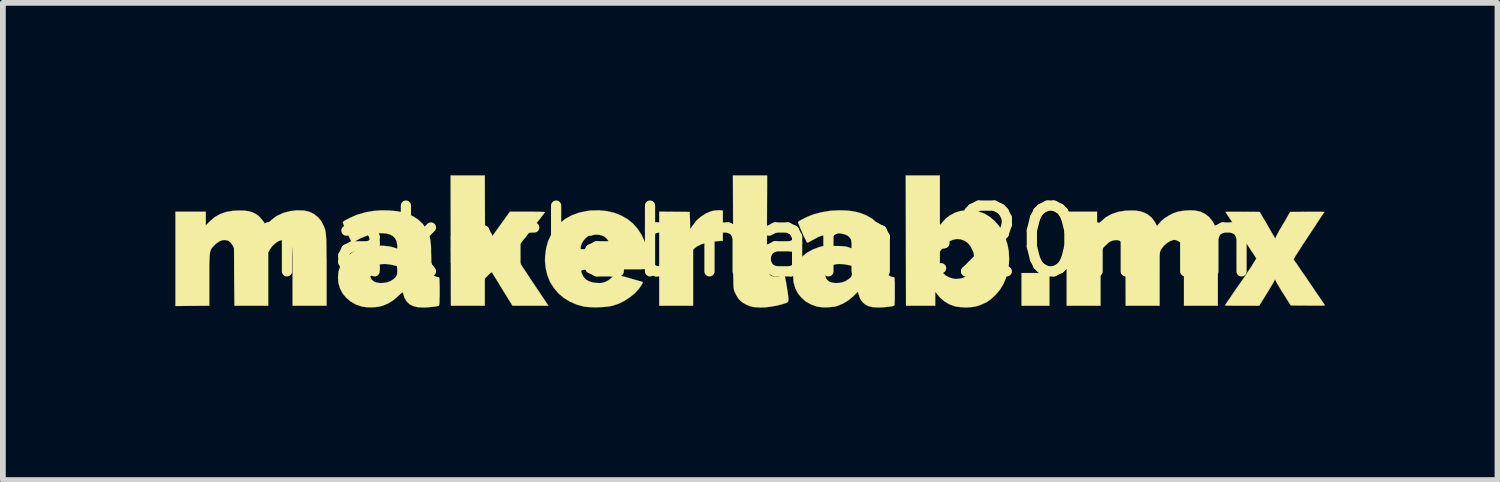
<source format=kicad_pcb>
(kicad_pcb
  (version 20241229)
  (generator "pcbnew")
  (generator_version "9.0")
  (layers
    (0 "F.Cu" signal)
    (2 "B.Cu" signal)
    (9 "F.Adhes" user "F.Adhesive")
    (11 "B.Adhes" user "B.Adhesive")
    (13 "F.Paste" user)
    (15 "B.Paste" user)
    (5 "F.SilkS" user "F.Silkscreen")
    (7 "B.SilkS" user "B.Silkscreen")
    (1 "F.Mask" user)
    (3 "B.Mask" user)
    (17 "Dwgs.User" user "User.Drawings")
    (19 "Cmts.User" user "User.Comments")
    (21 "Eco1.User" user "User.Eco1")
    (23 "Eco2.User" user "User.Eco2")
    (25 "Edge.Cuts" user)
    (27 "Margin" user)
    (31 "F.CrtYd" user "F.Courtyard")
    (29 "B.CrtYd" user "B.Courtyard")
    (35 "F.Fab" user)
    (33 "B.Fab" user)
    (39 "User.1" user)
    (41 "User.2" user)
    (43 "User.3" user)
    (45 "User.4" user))
  (footprint "makerlabname20mm"
    (layer "F.Cu")
    (at 9.996 1.149)
    (property "Reference" "makerlabname20mm" (at 0 0 0) (layer "F.SilkS") (effects (font (size 1.143 1.143) (thickness 0.178))))
    (attr through_hole)
    (fp_poly (pts (xy 5.204 1.118) (xy 4.961 1.118) (xy 4.719 1.118) (xy 4.719 0.833) (xy 4.719 0.549) (xy 4.961 0.549) (xy 5.204 0.549) (xy 5.204 0.833) (xy 5.204 1.118)) (stroke (width 0.003) (type solid)) (fill yes) (layer "F.SilkS"))
    (fp_poly (pts (xy -0.475 -0.013) (xy -0.572 -0.005) (xy -0.678 0.005) (xy -0.775 0.025) (xy -0.859 0.053) (xy -0.925 0.086) (xy -0.965 0.117) (xy -0.993 0.145) (xy -0.993 0.63) (xy -0.993 1.118) (xy -1.288 1.118) (xy -1.582 1.118) (xy -1.582 0.3) (xy -1.582 -0.518) (xy -1.316 -0.516) (xy -1.052 -0.513) (xy -1.046 -0.363) (xy -1.044 -0.213) (xy -0.998 -0.279) (xy -0.932 -0.366) (xy -0.853 -0.434) (xy -0.767 -0.488) (xy -0.676 -0.526) (xy -0.615 -0.538) (xy -0.572 -0.541) (xy -0.533 -0.544) (xy -0.508 -0.541) (xy -0.475 -0.536) (xy -0.475 -0.274) (xy -0.475 -0.013)) (stroke (width 0.003) (type solid)) (fill yes) (layer "F.SilkS"))
    (fp_poly (pts (xy -3.508 1.118) (xy -3.82 1.118) (xy -4.133 1.118) (xy -4.308 0.836) (xy -4.351 0.765) (xy -4.389 0.701) (xy -4.425 0.645) (xy -4.453 0.599) (xy -4.473 0.564) (xy -4.486 0.544) (xy -4.488 0.541) (xy -4.498 0.536) (xy -4.514 0.546) (xy -4.542 0.572) (xy -4.557 0.587) (xy -4.615 0.648) (xy -4.615 0.881) (xy -4.615 1.118) (xy -4.91 1.118) (xy -5.204 1.118) (xy -5.207 -0.015) (xy -5.21 -1.148) (xy -4.912 -1.148) (xy -4.615 -1.148) (xy -4.613 -0.533) (xy -4.61 0.081) (xy -4.394 -0.218) (xy -4.178 -0.518) (xy -3.873 -0.518) (xy -3.797 -0.518) (xy -3.729 -0.516) (xy -3.668 -0.516) (xy -3.619 -0.513) (xy -3.586 -0.513) (xy -3.571 -0.511) (xy -3.569 -0.511) (xy -3.576 -0.5) (xy -3.594 -0.475) (xy -3.622 -0.439) (xy -3.658 -0.391) (xy -3.703 -0.335) (xy -3.754 -0.269) (xy -3.81 -0.198) (xy -3.84 -0.16) (xy -3.896 -0.086) (xy -3.952 -0.018) (xy -4 0.043) (xy -4.041 0.097) (xy -4.074 0.14) (xy -4.1 0.173) (xy -4.112 0.191) (xy -4.115 0.193) (xy -4.11 0.203) (xy -4.094 0.231) (xy -4.069 0.269) (xy -4.036 0.323) (xy -3.995 0.386) (xy -3.95 0.457) (xy -3.896 0.536) (xy -3.84 0.622) (xy -3.815 0.66) (xy -3.508 1.118)) (stroke (width 0.003) (type solid)) (fill yes) (layer "F.SilkS"))
    (fp_poly (pts (xy 0.665 1.021) (xy 0.66 1.041) (xy 0.648 1.057) (xy 0.63 1.069) (xy 0.602 1.077) (xy 0.564 1.09) (xy 0.556 1.092) (xy 0.465 1.115) (xy 0.366 1.133) (xy 0.264 1.146) (xy 0.168 1.148) (xy 0.084 1.143) (xy 0.043 1.138) (xy -0.01 1.123) (xy -0.071 1.097) (xy -0.124 1.067) (xy -0.15 1.049) (xy -0.198 1.003) (xy -0.239 0.94) (xy -0.272 0.871) (xy -0.277 0.861) (xy -0.279 0.851) (xy -0.282 0.838) (xy -0.284 0.826) (xy -0.287 0.808) (xy -0.29 0.782) (xy -0.29 0.754) (xy -0.292 0.716) (xy -0.292 0.668) (xy -0.295 0.612) (xy -0.295 0.541) (xy -0.295 0.46) (xy -0.297 0.363) (xy -0.297 0.249) (xy -0.297 0.122) (xy -0.297 -0.028) (xy -0.297 -0.168) (xy -0.3 -1.148) (xy -0.003 -1.148) (xy 0.295 -1.148) (xy 0.292 -0.34) (xy 0.292 -0.163) (xy 0.292 -0.008) (xy 0.292 0.13) (xy 0.292 0.244) (xy 0.292 0.338) (xy 0.295 0.411) (xy 0.297 0.465) (xy 0.3 0.498) (xy 0.3 0.508) (xy 0.323 0.559) (xy 0.358 0.594) (xy 0.404 0.612) (xy 0.462 0.615) (xy 0.511 0.605) (xy 0.546 0.594) (xy 0.574 0.589) (xy 0.589 0.587) (xy 0.594 0.589) (xy 0.602 0.602) (xy 0.607 0.627) (xy 0.615 0.665) (xy 0.625 0.719) (xy 0.638 0.792) (xy 0.64 0.81) (xy 0.653 0.886) (xy 0.66 0.945) (xy 0.665 0.988) (xy 0.665 1.021)) (stroke (width 0.003) (type solid)) (fill yes) (layer "F.SilkS"))
    (fp_poly (pts (xy 4.503 0.312) (xy 4.498 0.406) (xy 4.481 0.528) (xy 4.445 0.645) (xy 4.399 0.749) (xy 4.346 0.836) (xy 4.277 0.919) (xy 4.201 0.991) (xy 4.117 1.052) (xy 4.077 1.072) (xy 4.026 1.095) (xy 3.973 1.115) (xy 3.924 1.13) (xy 3.914 1.133) (xy 3.896 1.135) (xy 3.896 0.315) (xy 3.894 0.267) (xy 3.891 0.229) (xy 3.886 0.201) (xy 3.876 0.173) (xy 3.863 0.145) (xy 3.833 0.086) (xy 3.8 0.043) (xy 3.764 0.01) (xy 3.726 -0.013) (xy 3.66 -0.038) (xy 3.592 -0.043) (xy 3.526 -0.03) (xy 3.459 0) (xy 3.399 0.048) (xy 3.345 0.112) (xy 3.34 0.117) (xy 3.299 0.178) (xy 3.299 0.335) (xy 3.299 0.493) (xy 3.343 0.541) (xy 3.399 0.592) (xy 3.465 0.627) (xy 3.533 0.648) (xy 3.574 0.653) (xy 3.619 0.65) (xy 3.668 0.643) (xy 3.691 0.638) (xy 3.749 0.61) (xy 3.802 0.566) (xy 3.848 0.511) (xy 3.866 0.478) (xy 3.881 0.447) (xy 3.889 0.422) (xy 3.894 0.391) (xy 3.896 0.351) (xy 3.896 0.315) (xy 3.896 1.135) (xy 3.835 1.143) (xy 3.749 1.148) (xy 3.663 1.143) (xy 3.584 1.133) (xy 3.561 1.128) (xy 3.462 1.092) (xy 3.373 1.039) (xy 3.294 0.968) (xy 3.246 0.909) (xy 3.218 0.874) (xy 3.218 0.996) (xy 3.218 1.118) (xy 2.964 1.118) (xy 2.71 1.118) (xy 2.708 -0.015) (xy 2.705 -1.148) (xy 3.002 -1.148) (xy 3.299 -1.148) (xy 3.299 -0.711) (xy 3.299 -0.277) (xy 3.343 -0.333) (xy 3.404 -0.401) (xy 3.48 -0.457) (xy 3.569 -0.503) (xy 3.65 -0.528) (xy 3.703 -0.536) (xy 3.767 -0.538) (xy 3.835 -0.538) (xy 3.901 -0.533) (xy 3.957 -0.526) (xy 3.967 -0.523) (xy 4.072 -0.485) (xy 4.166 -0.429) (xy 4.249 -0.358) (xy 4.326 -0.272) (xy 4.387 -0.173) (xy 4.437 -0.064) (xy 4.475 0.056) (xy 4.498 0.18) (xy 4.503 0.312)) (stroke (width 0.003) (type solid)) (fill yes) (layer "F.SilkS"))
    (fp_poly (pts (xy -7.366 1.118) (xy -7.661 1.118) (xy -7.958 1.118) (xy -7.958 0.622) (xy -7.958 0.49) (xy -7.958 0.376) (xy -7.958 0.284) (xy -7.96 0.208) (xy -7.963 0.152) (xy -7.965 0.114) (xy -7.968 0.094) (xy -7.968 0.091) (xy -7.993 0.046) (xy -8.029 0.008) (xy -8.075 -0.018) (xy -8.12 -0.028) (xy -8.146 -0.025) (xy -8.204 -0.005) (xy -8.26 0.033) (xy -8.311 0.081) (xy -8.352 0.137) (xy -8.357 0.147) (xy -8.382 0.196) (xy -8.382 0.655) (xy -8.382 1.118) (xy -8.674 1.118) (xy -8.969 1.118) (xy -8.974 0.617) (xy -8.976 0.119) (xy -8.999 0.069) (xy -9.035 0.02) (xy -9.075 -0.013) (xy -9.126 -0.025) (xy -9.18 -0.023) (xy -9.235 0) (xy -9.291 0.041) (xy -9.304 0.053) (xy -9.327 0.076) (xy -9.347 0.097) (xy -9.362 0.114) (xy -9.375 0.135) (xy -9.385 0.16) (xy -9.393 0.188) (xy -9.398 0.226) (xy -9.401 0.272) (xy -9.403 0.328) (xy -9.406 0.399) (xy -9.406 0.485) (xy -9.406 0.589) (xy -9.406 0.66) (xy -9.406 1.118) (xy -9.7 1.12) (xy -9.995 1.123) (xy -9.995 0.302) (xy -9.995 -0.518) (xy -9.731 -0.518) (xy -9.467 -0.518) (xy -9.467 -0.399) (xy -9.467 -0.279) (xy -9.395 -0.351) (xy -9.314 -0.422) (xy -9.22 -0.475) (xy -9.114 -0.513) (xy -8.994 -0.533) (xy -8.882 -0.538) (xy -8.796 -0.536) (xy -8.722 -0.526) (xy -8.659 -0.508) (xy -8.6 -0.48) (xy -8.57 -0.46) (xy -8.539 -0.434) (xy -8.509 -0.401) (xy -8.479 -0.366) (xy -8.453 -0.33) (xy -8.438 -0.3) (xy -8.433 -0.284) (xy -8.428 -0.272) (xy -8.423 -0.269) (xy -8.412 -0.277) (xy -8.412 -0.279) (xy -8.405 -0.295) (xy -8.385 -0.318) (xy -8.354 -0.348) (xy -8.319 -0.378) (xy -8.28 -0.409) (xy -8.247 -0.434) (xy -8.225 -0.447) (xy -8.115 -0.498) (xy -7.998 -0.528) (xy -7.877 -0.541) (xy -7.762 -0.538) (xy -7.671 -0.518) (xy -7.59 -0.48) (xy -7.518 -0.424) (xy -7.46 -0.356) (xy -7.435 -0.307) (xy -7.422 -0.279) (xy -7.409 -0.254) (xy -7.399 -0.226) (xy -7.391 -0.198) (xy -7.384 -0.165) (xy -7.379 -0.124) (xy -7.376 -0.079) (xy -7.371 -0.025) (xy -7.371 0.041) (xy -7.369 0.122) (xy -7.369 0.213) (xy -7.366 0.325) (xy -7.366 0.452) (xy -7.366 0.523) (xy -7.366 1.118)) (stroke (width 0.003) (type solid)) (fill yes) (layer "F.SilkS"))
    (fp_poly (pts (xy 9.995 1.11) (xy 9.985 1.113) (xy 9.957 1.115) (xy 9.914 1.115) (xy 9.858 1.115) (xy 9.789 1.115) (xy 9.716 1.115) (xy 9.698 1.115) (xy 9.401 1.113) (xy 9.284 0.927) (xy 9.246 0.869) (xy 9.213 0.813) (xy 9.185 0.765) (xy 9.162 0.726) (xy 9.149 0.704) (xy 9.147 0.699) (xy 9.129 0.658) (xy 9.103 0.706) (xy 9.091 0.729) (xy 9.068 0.767) (xy 9.04 0.813) (xy 9.007 0.869) (xy 8.971 0.927) (xy 8.966 0.935) (xy 8.852 1.118) (xy 8.555 1.118) (xy 8.479 1.118) (xy 8.41 1.118) (xy 8.349 1.115) (xy 8.303 1.115) (xy 8.27 1.115) (xy 8.258 1.113) (xy 8.263 1.105) (xy 8.278 1.079) (xy 8.303 1.041) (xy 8.339 0.991) (xy 8.379 0.93) (xy 8.425 0.861) (xy 8.479 0.785) (xy 8.532 0.709) (xy 8.603 0.607) (xy 8.661 0.518) (xy 8.712 0.442) (xy 8.75 0.381) (xy 8.778 0.335) (xy 8.796 0.307) (xy 8.801 0.292) (xy 8.793 0.282) (xy 8.776 0.254) (xy 8.75 0.213) (xy 8.715 0.163) (xy 8.674 0.099) (xy 8.626 0.028) (xy 8.575 -0.048) (xy 8.532 -0.114) (xy 8.476 -0.196) (xy 8.425 -0.272) (xy 8.382 -0.338) (xy 8.341 -0.399) (xy 8.308 -0.447) (xy 8.285 -0.483) (xy 8.27 -0.505) (xy 8.268 -0.513) (xy 8.278 -0.513) (xy 8.306 -0.516) (xy 8.349 -0.516) (xy 8.405 -0.516) (xy 8.471 -0.516) (xy 8.547 -0.516) (xy 8.565 -0.516) (xy 8.862 -0.513) (xy 8.91 -0.429) (xy 8.933 -0.391) (xy 8.964 -0.34) (xy 8.997 -0.282) (xy 9.032 -0.221) (xy 9.045 -0.198) (xy 9.131 -0.051) (xy 9.147 -0.089) (xy 9.159 -0.112) (xy 9.177 -0.145) (xy 9.202 -0.193) (xy 9.235 -0.246) (xy 9.268 -0.305) (xy 9.279 -0.32) (xy 9.39 -0.513) (xy 9.688 -0.516) (xy 9.764 -0.516) (xy 9.832 -0.516) (xy 9.891 -0.516) (xy 9.939 -0.516) (xy 9.97 -0.513) (xy 9.985 -0.513) (xy 9.98 -0.503) (xy 9.962 -0.478) (xy 9.936 -0.439) (xy 9.903 -0.389) (xy 9.863 -0.328) (xy 9.817 -0.257) (xy 9.766 -0.18) (xy 9.716 -0.104) (xy 9.655 -0.013) (xy 9.601 0.069) (xy 9.555 0.142) (xy 9.515 0.203) (xy 9.484 0.251) (xy 9.464 0.287) (xy 9.454 0.307) (xy 9.454 0.312) (xy 9.459 0.325) (xy 9.477 0.351) (xy 9.505 0.389) (xy 9.54 0.442) (xy 9.581 0.503) (xy 9.629 0.572) (xy 9.682 0.648) (xy 9.728 0.716) (xy 9.782 0.795) (xy 9.832 0.871) (xy 9.878 0.937) (xy 9.919 0.996) (xy 9.952 1.046) (xy 9.977 1.082) (xy 9.99 1.105) (xy 9.995 1.11)) (stroke (width 0.003) (type solid)) (fill yes) (layer "F.SilkS"))
    (fp_poly (pts (xy -1.786 0.315) (xy -1.786 0.371) (xy -1.788 0.417) (xy -1.791 0.452) (xy -1.793 0.472) (xy -1.793 0.475) (xy -1.801 0.478) (xy -1.819 0.48) (xy -1.852 0.48) (xy -1.895 0.483) (xy -1.956 0.485) (xy -2.032 0.485) (xy -2.123 0.485) (xy -2.235 0.485) (xy -2.367 0.485) (xy -2.37 0.485) (xy -2.421 0.485) (xy -2.421 0.135) (xy -2.421 0.107) (xy -2.428 0.071) (xy -2.446 0.028) (xy -2.469 -0.015) (xy -2.492 -0.046) (xy -2.535 -0.084) (xy -2.583 -0.107) (xy -2.642 -0.117) (xy -2.685 -0.119) (xy -2.733 -0.117) (xy -2.771 -0.112) (xy -2.799 -0.102) (xy -2.812 -0.097) (xy -2.855 -0.064) (xy -2.896 -0.02) (xy -2.926 0.028) (xy -2.946 0.079) (xy -2.949 0.107) (xy -2.949 0.135) (xy -2.685 0.135) (xy -2.421 0.135) (xy -2.421 0.485) (xy -2.494 0.485) (xy -2.601 0.485) (xy -2.687 0.485) (xy -2.761 0.488) (xy -2.817 0.488) (xy -2.86 0.49) (xy -2.893 0.493) (xy -2.916 0.498) (xy -2.931 0.503) (xy -2.939 0.508) (xy -2.939 0.518) (xy -2.936 0.528) (xy -2.934 0.541) (xy -2.929 0.556) (xy -2.926 0.559) (xy -2.898 0.617) (xy -2.855 0.663) (xy -2.797 0.696) (xy -2.723 0.716) (xy -2.67 0.721) (xy -2.619 0.724) (xy -2.581 0.721) (xy -2.545 0.711) (xy -2.52 0.704) (xy -2.479 0.683) (xy -2.438 0.655) (xy -2.403 0.625) (xy -2.377 0.597) (xy -2.367 0.579) (xy -2.362 0.574) (xy -2.352 0.574) (xy -2.332 0.577) (xy -2.299 0.584) (xy -2.253 0.597) (xy -2.192 0.612) (xy -2.113 0.635) (xy -1.864 0.706) (xy -1.877 0.734) (xy -1.93 0.818) (xy -2.002 0.897) (xy -2.088 0.968) (xy -2.184 1.031) (xy -2.286 1.082) (xy -2.395 1.118) (xy -2.454 1.13) (xy -2.525 1.138) (xy -2.606 1.143) (xy -2.692 1.146) (xy -2.771 1.143) (xy -2.845 1.138) (xy -2.891 1.133) (xy -3.018 1.097) (xy -3.137 1.046) (xy -3.244 0.98) (xy -3.335 0.902) (xy -3.414 0.808) (xy -3.48 0.704) (xy -3.526 0.589) (xy -3.556 0.465) (xy -3.569 0.335) (xy -3.566 0.259) (xy -3.548 0.119) (xy -3.513 -0.008) (xy -3.459 -0.122) (xy -3.391 -0.226) (xy -3.31 -0.318) (xy -3.213 -0.394) (xy -3.101 -0.455) (xy -2.979 -0.5) (xy -2.845 -0.528) (xy -2.776 -0.538) (xy -2.629 -0.541) (xy -2.492 -0.528) (xy -2.362 -0.498) (xy -2.243 -0.45) (xy -2.134 -0.389) (xy -2.037 -0.31) (xy -1.956 -0.218) (xy -1.887 -0.112) (xy -1.834 0.005) (xy -1.808 0.084) (xy -1.798 0.124) (xy -1.791 0.165) (xy -1.788 0.208) (xy -1.786 0.264) (xy -1.786 0.315)) (stroke (width 0.003) (type solid)) (fill yes) (layer "F.SilkS"))
    (fp_poly (pts (xy 8.133 1.118) (xy 7.838 1.118) (xy 7.544 1.118) (xy 7.544 0.622) (xy 7.541 0.49) (xy 7.541 0.376) (xy 7.541 0.284) (xy 7.539 0.208) (xy 7.536 0.152) (xy 7.534 0.114) (xy 7.531 0.094) (xy 7.531 0.091) (xy 7.506 0.046) (xy 7.47 0.008) (xy 7.424 -0.018) (xy 7.379 -0.028) (xy 7.353 -0.025) (xy 7.3 -0.005) (xy 7.244 0.03) (xy 7.193 0.076) (xy 7.15 0.132) (xy 7.14 0.15) (xy 7.135 0.16) (xy 7.13 0.17) (xy 7.127 0.185) (xy 7.125 0.203) (xy 7.122 0.229) (xy 7.12 0.262) (xy 7.12 0.305) (xy 7.12 0.361) (xy 7.12 0.432) (xy 7.12 0.521) (xy 7.12 0.625) (xy 7.12 0.653) (xy 7.12 1.118) (xy 6.825 1.118) (xy 6.53 1.118) (xy 6.528 0.617) (xy 6.525 0.503) (xy 6.525 0.409) (xy 6.525 0.33) (xy 6.523 0.264) (xy 6.523 0.216) (xy 6.52 0.175) (xy 6.52 0.145) (xy 6.518 0.124) (xy 6.513 0.107) (xy 6.51 0.094) (xy 6.505 0.081) (xy 6.5 0.071) (xy 6.5 0.069) (xy 6.467 0.018) (xy 6.426 -0.013) (xy 6.378 -0.025) (xy 6.32 -0.02) (xy 6.304 -0.015) (xy 6.264 0) (xy 6.228 0.023) (xy 6.193 0.056) (xy 6.17 0.079) (xy 6.152 0.097) (xy 6.137 0.114) (xy 6.124 0.135) (xy 6.114 0.157) (xy 6.106 0.185) (xy 6.101 0.221) (xy 6.099 0.264) (xy 6.096 0.32) (xy 6.093 0.389) (xy 6.093 0.472) (xy 6.093 0.572) (xy 6.093 0.655) (xy 6.093 1.118) (xy 5.799 1.118) (xy 5.504 1.118) (xy 5.504 0.3) (xy 5.504 -0.518) (xy 5.768 -0.518) (xy 6.032 -0.518) (xy 6.032 -0.399) (xy 6.032 -0.279) (xy 6.104 -0.351) (xy 6.187 -0.422) (xy 6.284 -0.475) (xy 6.393 -0.513) (xy 6.513 -0.533) (xy 6.612 -0.538) (xy 6.708 -0.536) (xy 6.787 -0.523) (xy 6.855 -0.5) (xy 6.916 -0.467) (xy 6.972 -0.422) (xy 6.98 -0.414) (xy 7.01 -0.378) (xy 7.036 -0.34) (xy 7.048 -0.32) (xy 7.061 -0.292) (xy 7.074 -0.274) (xy 7.076 -0.269) (xy 7.084 -0.277) (xy 7.099 -0.297) (xy 7.107 -0.307) (xy 7.15 -0.356) (xy 7.209 -0.406) (xy 7.28 -0.45) (xy 7.353 -0.488) (xy 7.422 -0.513) (xy 7.493 -0.528) (xy 7.572 -0.538) (xy 7.656 -0.541) (xy 7.732 -0.538) (xy 7.737 -0.538) (xy 7.828 -0.518) (xy 7.91 -0.48) (xy 7.981 -0.424) (xy 8.039 -0.353) (xy 8.065 -0.307) (xy 8.077 -0.279) (xy 8.09 -0.254) (xy 8.1 -0.226) (xy 8.108 -0.198) (xy 8.113 -0.165) (xy 8.118 -0.124) (xy 8.123 -0.079) (xy 8.125 -0.023) (xy 8.128 0.043) (xy 8.131 0.124) (xy 8.131 0.218) (xy 8.131 0.33) (xy 8.133 0.46) (xy 8.133 0.526) (xy 8.133 1.118)) (stroke (width 0.003) (type solid)) (fill yes) (layer "F.SilkS"))
    (fp_poly (pts (xy 2.515 0.869) (xy 2.515 0.947) (xy 2.515 1.006) (xy 2.512 1.052) (xy 2.512 1.082) (xy 2.51 1.102) (xy 2.504 1.113) (xy 2.499 1.12) (xy 2.497 1.12) (xy 2.464 1.128) (xy 2.416 1.135) (xy 2.36 1.14) (xy 2.301 1.146) (xy 2.248 1.148) (xy 2.228 1.148) (xy 2.134 1.143) (xy 2.057 1.125) (xy 1.994 1.092) (xy 1.946 1.046) (xy 1.908 0.986) (xy 1.885 0.914) (xy 1.872 0.874) (xy 1.793 0.953) (xy 1.781 0.963) (xy 1.781 0.498) (xy 1.781 0.427) (xy 1.704 0.409) (xy 1.628 0.396) (xy 1.554 0.391) (xy 1.488 0.396) (xy 1.438 0.409) (xy 1.384 0.437) (xy 1.344 0.472) (xy 1.316 0.516) (xy 1.306 0.564) (xy 1.308 0.61) (xy 1.326 0.653) (xy 1.361 0.688) (xy 1.384 0.704) (xy 1.427 0.716) (xy 1.481 0.724) (xy 1.542 0.721) (xy 1.6 0.711) (xy 1.61 0.709) (xy 1.661 0.688) (xy 1.709 0.658) (xy 1.748 0.625) (xy 1.763 0.599) (xy 1.773 0.569) (xy 1.778 0.523) (xy 1.781 0.498) (xy 1.781 0.963) (xy 1.707 1.024) (xy 1.618 1.079) (xy 1.524 1.118) (xy 1.473 1.133) (xy 1.407 1.14) (xy 1.336 1.146) (xy 1.265 1.146) (xy 1.201 1.138) (xy 1.163 1.133) (xy 1.062 1.097) (xy 0.97 1.046) (xy 0.894 0.98) (xy 0.831 0.904) (xy 0.785 0.815) (xy 0.757 0.719) (xy 0.754 0.706) (xy 0.747 0.605) (xy 0.759 0.511) (xy 0.792 0.419) (xy 0.841 0.338) (xy 0.907 0.262) (xy 0.988 0.196) (xy 1.085 0.142) (xy 1.189 0.102) (xy 1.222 0.091) (xy 1.25 0.086) (xy 1.28 0.081) (xy 1.318 0.079) (xy 1.369 0.079) (xy 1.435 0.079) (xy 1.448 0.079) (xy 1.524 0.079) (xy 1.582 0.081) (xy 1.631 0.084) (xy 1.674 0.091) (xy 1.712 0.102) (xy 1.755 0.117) (xy 1.765 0.122) (xy 1.775 0.122) (xy 1.778 0.114) (xy 1.781 0.097) (xy 1.778 0.058) (xy 1.765 -0.008) (xy 1.74 -0.058) (xy 1.699 -0.099) (xy 1.643 -0.124) (xy 1.572 -0.14) (xy 1.529 -0.142) (xy 1.415 -0.14) (xy 1.303 -0.119) (xy 1.191 -0.081) (xy 1.077 -0.02) (xy 1.069 -0.015) (xy 1.031 0.005) (xy 1.008 0.018) (xy 0.993 0.02) (xy 0.986 0.015) (xy 0.983 0.013) (xy 0.968 -0.023) (xy 0.945 -0.066) (xy 0.922 -0.114) (xy 0.899 -0.168) (xy 0.876 -0.218) (xy 0.859 -0.264) (xy 0.843 -0.302) (xy 0.833 -0.328) (xy 0.831 -0.338) (xy 0.843 -0.348) (xy 0.871 -0.366) (xy 0.909 -0.386) (xy 0.955 -0.409) (xy 1.003 -0.432) (xy 1.052 -0.452) (xy 1.095 -0.467) (xy 1.097 -0.47) (xy 1.242 -0.508) (xy 1.394 -0.533) (xy 1.549 -0.541) (xy 1.674 -0.538) (xy 1.765 -0.528) (xy 1.847 -0.513) (xy 1.918 -0.493) (xy 1.991 -0.465) (xy 2.027 -0.45) (xy 2.123 -0.394) (xy 2.202 -0.325) (xy 2.268 -0.241) (xy 2.319 -0.145) (xy 2.344 -0.069) (xy 2.349 -0.041) (xy 2.355 -0.008) (xy 2.36 0.038) (xy 2.362 0.094) (xy 2.365 0.168) (xy 2.367 0.257) (xy 2.367 0.269) (xy 2.37 0.361) (xy 2.372 0.434) (xy 2.377 0.49) (xy 2.38 0.528) (xy 2.385 0.556) (xy 2.388 0.566) (xy 2.41 0.589) (xy 2.443 0.61) (xy 2.479 0.62) (xy 2.494 0.62) (xy 2.499 0.622) (xy 2.504 0.625) (xy 2.51 0.635) (xy 2.512 0.65) (xy 2.512 0.678) (xy 2.515 0.716) (xy 2.515 0.772) (xy 2.515 0.846) (xy 2.515 0.869)) (stroke (width 0.003) (type solid)) (fill yes) (layer "F.SilkS"))
    (fp_poly (pts (xy -5.4 0.869) (xy -5.4 0.947) (xy -5.403 1.006) (xy -5.403 1.052) (xy -5.405 1.082) (xy -5.408 1.102) (xy -5.41 1.113) (xy -5.415 1.12) (xy -5.42 1.12) (xy -5.453 1.128) (xy -5.499 1.135) (xy -5.558 1.14) (xy -5.616 1.146) (xy -5.669 1.148) (xy -5.69 1.148) (xy -5.784 1.143) (xy -5.862 1.123) (xy -5.926 1.09) (xy -5.974 1.041) (xy -6.012 0.98) (xy -6.035 0.902) (xy -6.038 0.899) (xy -6.04 0.889) (xy -6.045 0.884) (xy -6.055 0.889) (xy -6.073 0.904) (xy -6.101 0.93) (xy -6.124 0.95) (xy -6.137 0.963) (xy -6.137 0.516) (xy -6.137 0.498) (xy -6.142 0.429) (xy -6.208 0.411) (xy -6.274 0.399) (xy -6.342 0.391) (xy -6.411 0.394) (xy -6.467 0.404) (xy -6.507 0.422) (xy -6.551 0.455) (xy -6.558 0.46) (xy -6.584 0.485) (xy -6.599 0.508) (xy -6.607 0.533) (xy -6.609 0.559) (xy -6.607 0.615) (xy -6.586 0.66) (xy -6.548 0.693) (xy -6.533 0.704) (xy -6.49 0.716) (xy -6.434 0.724) (xy -6.373 0.721) (xy -6.314 0.711) (xy -6.304 0.709) (xy -6.253 0.688) (xy -6.205 0.658) (xy -6.167 0.622) (xy -6.152 0.599) (xy -6.139 0.566) (xy -6.137 0.516) (xy -6.137 0.963) (xy -6.205 1.021) (xy -6.294 1.077) (xy -6.391 1.118) (xy -6.452 1.133) (xy -6.523 1.143) (xy -6.601 1.146) (xy -6.678 1.143) (xy -6.746 1.133) (xy -6.764 1.128) (xy -6.866 1.092) (xy -6.955 1.039) (xy -7.028 0.975) (xy -7.089 0.902) (xy -7.132 0.818) (xy -7.16 0.726) (xy -7.168 0.63) (xy -7.16 0.528) (xy -7.15 0.495) (xy -7.117 0.406) (xy -7.066 0.325) (xy -6.998 0.251) (xy -6.916 0.188) (xy -6.822 0.137) (xy -6.718 0.099) (xy -6.665 0.086) (xy -6.601 0.079) (xy -6.528 0.074) (xy -6.449 0.074) (xy -6.37 0.076) (xy -6.299 0.084) (xy -6.238 0.094) (xy -6.21 0.102) (xy -6.177 0.112) (xy -6.152 0.122) (xy -6.139 0.124) (xy -6.137 0.114) (xy -6.137 0.091) (xy -6.137 0.064) (xy -6.149 -0.003) (xy -6.175 -0.056) (xy -6.213 -0.094) (xy -6.266 -0.122) (xy -6.335 -0.14) (xy -6.421 -0.145) (xy -6.426 -0.145) (xy -6.54 -0.135) (xy -6.657 -0.104) (xy -6.777 -0.056) (xy -6.85 -0.015) (xy -6.881 0.003) (xy -6.906 0.015) (xy -6.919 0.02) (xy -6.927 0.013) (xy -6.942 -0.013) (xy -6.96 -0.048) (xy -6.982 -0.094) (xy -7.005 -0.142) (xy -7.028 -0.193) (xy -7.048 -0.241) (xy -7.066 -0.282) (xy -7.079 -0.315) (xy -7.084 -0.333) (xy -7.084 -0.335) (xy -7.071 -0.348) (xy -7.046 -0.366) (xy -7.008 -0.386) (xy -6.962 -0.409) (xy -6.911 -0.432) (xy -6.866 -0.452) (xy -6.822 -0.47) (xy -6.817 -0.47) (xy -6.683 -0.508) (xy -6.546 -0.531) (xy -6.408 -0.541) (xy -6.271 -0.538) (xy -6.139 -0.526) (xy -6.015 -0.498) (xy -5.905 -0.457) (xy -5.862 -0.437) (xy -5.771 -0.378) (xy -5.695 -0.305) (xy -5.634 -0.221) (xy -5.588 -0.119) (xy -5.578 -0.089) (xy -5.57 -0.064) (xy -5.565 -0.036) (xy -5.56 -0.01) (xy -5.558 0.023) (xy -5.552 0.064) (xy -5.55 0.117) (xy -5.55 0.183) (xy -5.547 0.267) (xy -5.547 0.269) (xy -5.545 0.361) (xy -5.542 0.434) (xy -5.54 0.49) (xy -5.535 0.528) (xy -5.532 0.556) (xy -5.527 0.566) (xy -5.507 0.589) (xy -5.471 0.61) (xy -5.436 0.62) (xy -5.423 0.62) (xy -5.415 0.622) (xy -5.41 0.625) (xy -5.408 0.635) (xy -5.405 0.65) (xy -5.403 0.678) (xy -5.403 0.716) (xy -5.4 0.772) (xy -5.4 0.846) (xy -5.4 0.869)) (stroke (width 0.003) (type solid)) (fill yes) (layer "F.SilkS")))
  (gr_rect
    (start -3 -3)
    (end 22.992 5.299)
    (stroke (width 0.1) (type default))
    (fill no)
    (layer "Edge.Cuts")))
</source>
